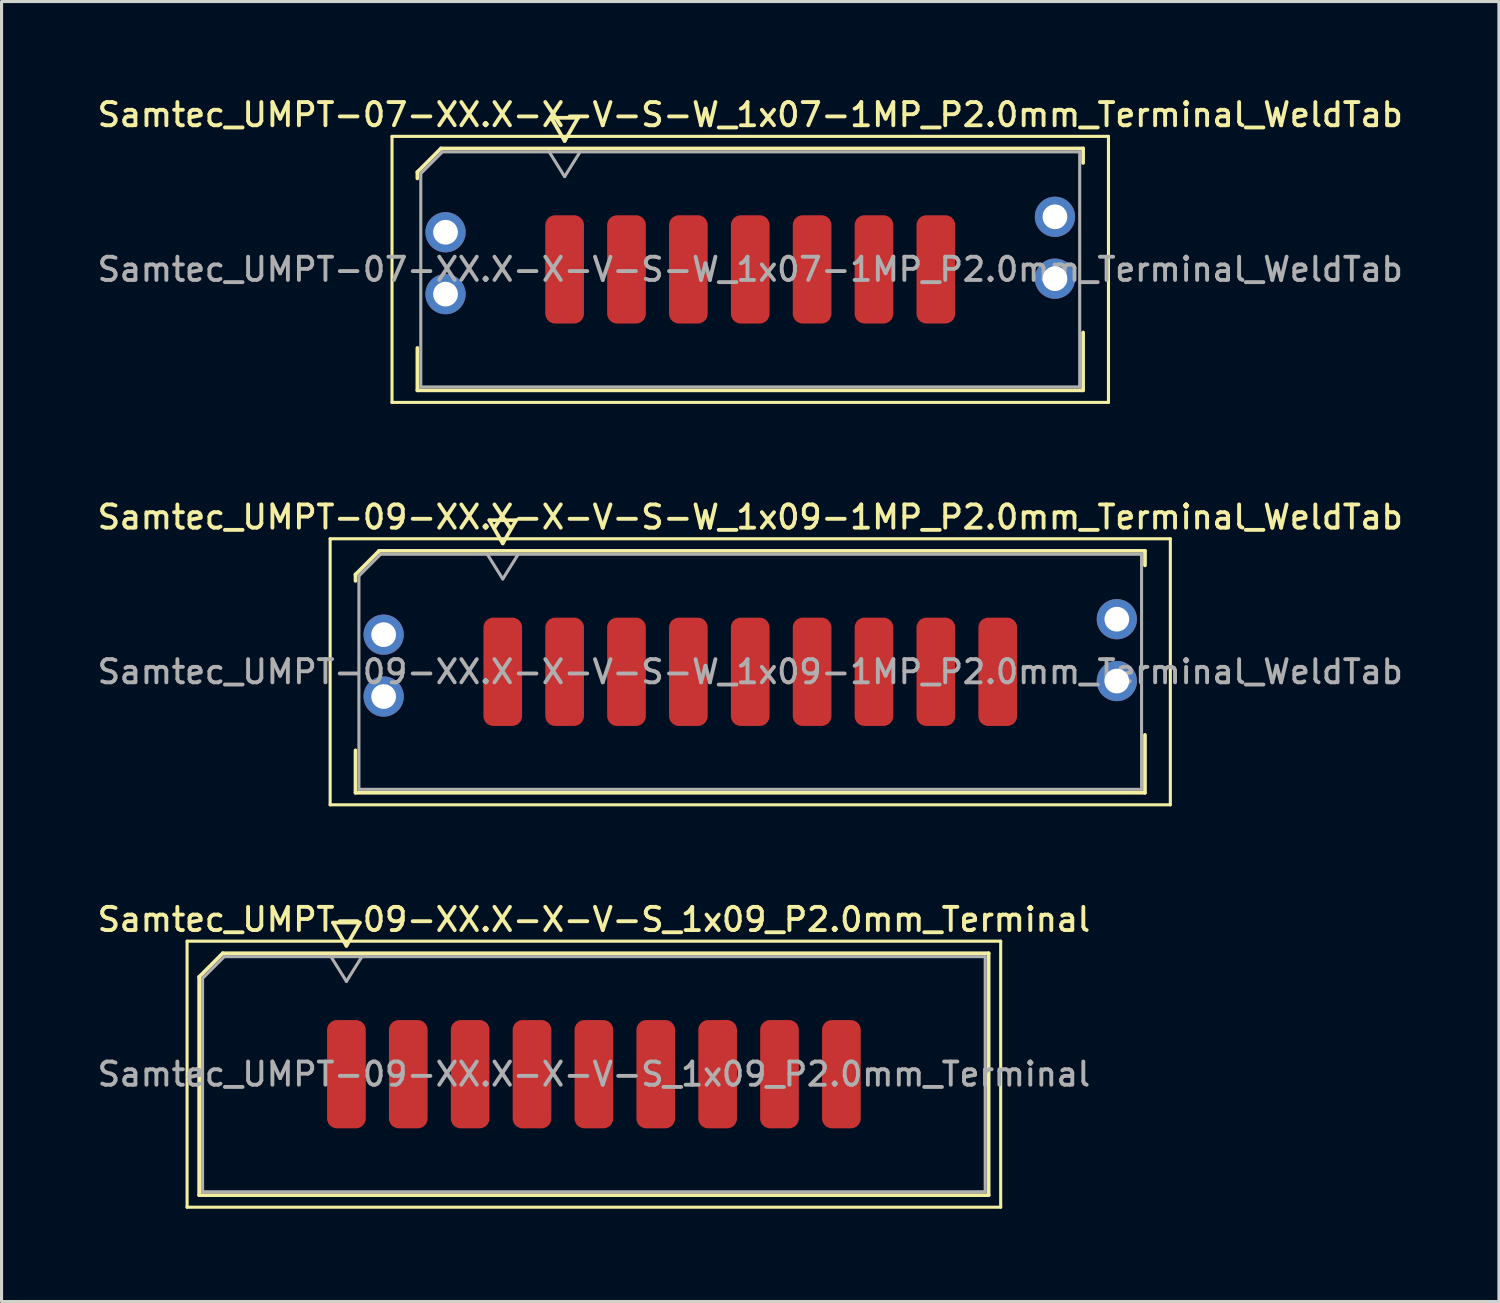
<source format=kicad_pcb>
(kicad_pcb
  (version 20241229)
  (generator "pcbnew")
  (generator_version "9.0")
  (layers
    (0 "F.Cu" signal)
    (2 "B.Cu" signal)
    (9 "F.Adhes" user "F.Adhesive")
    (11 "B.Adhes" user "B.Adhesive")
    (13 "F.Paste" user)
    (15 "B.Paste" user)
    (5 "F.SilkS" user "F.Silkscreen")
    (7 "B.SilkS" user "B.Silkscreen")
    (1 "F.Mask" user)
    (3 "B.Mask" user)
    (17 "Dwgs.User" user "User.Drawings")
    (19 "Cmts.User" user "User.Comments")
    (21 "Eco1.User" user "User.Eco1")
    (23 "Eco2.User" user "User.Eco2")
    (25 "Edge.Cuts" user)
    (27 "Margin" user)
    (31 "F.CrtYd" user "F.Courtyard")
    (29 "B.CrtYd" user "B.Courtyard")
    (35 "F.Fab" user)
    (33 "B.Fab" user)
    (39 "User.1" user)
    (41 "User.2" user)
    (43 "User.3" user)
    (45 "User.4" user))
  (footprint "Samtec_UMPT-09-XX.X-X-V-S-W_1x09-1MP_P2.0mm_Terminal_WeldTab"
    (layer "F.Cu")
    (at 21.202 18.666)
    (property "Reference" "Samtec_UMPT-09-XX.X-X-V-S-W_1x09-1MP_P2.0mm_Terminal_WeldTab" (at 0 -5 0) (layer "F.SilkS") (effects (font (size 0.75 0.75) (thickness 0.125))))
    (attr smd)
    (fp_line (start -13.58 -4.3) (end -13.58 4.3) (stroke (width 0.1) (type solid)) (layer "F.SilkS"))
    (fp_line (start -13.58 4.3) (end 13.58 4.3) (stroke (width 0.1) (type solid)) (layer "F.SilkS"))
    (fp_line (start -12.76 -3.146) (end -11.996 -3.91) (stroke (width 0.12) (type solid)) (layer "F.SilkS"))
    (fp_line (start -12.76 -2.94) (end -12.76 -3.146) (stroke (width 0.12) (type solid)) (layer "F.SilkS"))
    (fp_line (start -12.76 3.91) (end -12.76 2.54) (stroke (width 0.12) (type solid)) (layer "F.SilkS"))
    (fp_line (start -11.996 -3.91) (end 12.76 -3.91) (stroke (width 0.12) (type solid)) (layer "F.SilkS"))
    (fp_line (start -8.433 -4.9) (end -8 -4.15) (stroke (width 0.12) (type solid)) (layer "F.SilkS"))
    (fp_line (start -8 -4.15) (end -7.567 -4.9) (stroke (width 0.12) (type solid)) (layer "F.SilkS"))
    (fp_line (start -7.567 -4.9) (end -8.433 -4.9) (stroke (width 0.12) (type solid)) (layer "F.SilkS"))
    (fp_line (start 12.76 -3.91) (end 12.76 -3.44) (stroke (width 0.12) (type solid)) (layer "F.SilkS"))
    (fp_line (start 12.76 2.04) (end 12.76 3.91) (stroke (width 0.12) (type solid)) (layer "F.SilkS"))
    (fp_line (start 12.76 3.91) (end -12.76 3.91) (stroke (width 0.12) (type solid)) (layer "F.SilkS"))
    (fp_line (start 13.58 -4.3) (end -13.58 -4.3) (stroke (width 0.1) (type solid)) (layer "F.SilkS"))
    (fp_line (start 13.58 4.3) (end 13.58 -4.3) (stroke (width 0.1) (type solid)) (layer "F.SilkS"))
    (fp_line (start -12.65 -3.1) (end -11.95 -3.8) (stroke (width 0.1) (type solid)) (layer "F.Fab"))
    (fp_line (start -12.65 3.8) (end -12.65 -3.1) (stroke (width 0.1) (type solid)) (layer "F.Fab"))
    (fp_line (start -11.95 -3.8) (end 12.65 -3.8) (stroke (width 0.1) (type solid)) (layer "F.Fab"))
    (fp_line (start -8.5 -3.8) (end -8 -3) (stroke (width 0.1) (type solid)) (layer "F.Fab"))
    (fp_line (start -8 -3) (end -7.5 -3.8) (stroke (width 0.1) (type solid)) (layer "F.Fab"))
    (fp_line (start 12.65 -3.8) (end 12.65 3.8) (stroke (width 0.1) (type solid)) (layer "F.Fab"))
    (fp_line (start 12.65 3.8) (end -12.65 3.8) (stroke (width 0.1) (type solid)) (layer "F.Fab"))
    (fp_text user "${REFERENCE}" (at 0 0 0) (layer "F.Fab") (effects (font (size 0.75 0.75) (thickness 0.125))))
    (pad "" smd rect (at -11.85 -1.54) (size 2.45 2.28) (layers "F.Paste"))
    (pad "" smd rect (at -11.85 1.14) (size 2.45 2.28) (layers "F.Paste"))
    (pad "" smd rect (at 11.85 -2.04) (size 2.45 2.28) (layers "F.Paste"))
    (pad "" smd rect (at 11.85 0.64) (size 2.45 2.28) (layers "F.Paste"))
    (pad "1" smd roundrect (at -8 0) (size 1.25 3.5) (layers "F.Cu" "F.Mask" "F.Paste") (roundrect_rratio 0.25))
    (pad "2" smd roundrect (at -6 0) (size 1.25 3.5) (layers "F.Cu" "F.Mask" "F.Paste") (roundrect_rratio 0.25))
    (pad "3" smd roundrect (at -4 0) (size 1.25 3.5) (layers "F.Cu" "F.Mask" "F.Paste") (roundrect_rratio 0.25))
    (pad "4" smd roundrect (at -2 0) (size 1.25 3.5) (layers "F.Cu" "F.Mask" "F.Paste") (roundrect_rratio 0.25))
    (pad "5" smd roundrect (at 0 0) (size 1.25 3.5) (layers "F.Cu" "F.Mask" "F.Paste") (roundrect_rratio 0.25))
    (pad "6" smd roundrect (at 2 0) (size 1.25 3.5) (layers "F.Cu" "F.Mask" "F.Paste") (roundrect_rratio 0.25))
    (pad "7" smd roundrect (at 4 0) (size 1.25 3.5) (layers "F.Cu" "F.Mask" "F.Paste") (roundrect_rratio 0.25))
    (pad "8" smd roundrect (at 6 0) (size 1.25 3.5) (layers "F.Cu" "F.Mask" "F.Paste") (roundrect_rratio 0.25))
    (pad "9" smd roundrect (at 8 0) (size 1.25 3.5) (layers "F.Cu" "F.Mask" "F.Paste") (roundrect_rratio 0.25))
    (pad "MP" thru_hole circle (at -11.85 -1.2) (size 1.3 1.3) (drill 0.8) (layers "*.Cu" "*.Mask"))
    (pad "MP" thru_hole circle (at -11.85 0.8) (size 1.3 1.3) (drill 0.8) (layers "*.Cu" "*.Mask"))
    (pad "MP" thru_hole circle (at 11.85 -1.7) (size 1.3 1.3) (drill 0.8) (layers "*.Cu" "*.Mask"))
    (pad "MP" thru_hole circle (at 11.85 0.3) (size 1.3 1.3) (drill 0.8) (layers "*.Cu" "*.Mask")))
  (footprint "Samtec_UMPT-09-XX.X-X-V-S_1x09_P2.0mm_Terminal"
    (layer "F.Cu")
    (at 16.148 31.674)
    (property "Reference" "Samtec_UMPT-09-XX.X-X-V-S_1x09_P2.0mm_Terminal" (at 0 -5 0) (layer "F.SilkS") (effects (font (size 0.75 0.75) (thickness 0.125))))
    (attr smd)
    (fp_line (start -13.15 -4.3) (end -13.15 4.3) (stroke (width 0.1) (type solid)) (layer "F.SilkS"))
    (fp_line (start -13.15 4.3) (end 13.15 4.3) (stroke (width 0.1) (type solid)) (layer "F.SilkS"))
    (fp_line (start -12.76 -3.146) (end -11.996 -3.91) (stroke (width 0.12) (type solid)) (layer "F.SilkS"))
    (fp_line (start -12.76 3.91) (end -12.76 -3.146) (stroke (width 0.12) (type solid)) (layer "F.SilkS"))
    (fp_line (start -11.996 -3.91) (end 12.76 -3.91) (stroke (width 0.12) (type solid)) (layer "F.SilkS"))
    (fp_line (start -8.433 -4.9) (end -8 -4.15) (stroke (width 0.12) (type solid)) (layer "F.SilkS"))
    (fp_line (start -8 -4.15) (end -7.567 -4.9) (stroke (width 0.12) (type solid)) (layer "F.SilkS"))
    (fp_line (start -7.567 -4.9) (end -8.433 -4.9) (stroke (width 0.12) (type solid)) (layer "F.SilkS"))
    (fp_line (start 12.76 -3.91) (end 12.76 3.91) (stroke (width 0.12) (type solid)) (layer "F.SilkS"))
    (fp_line (start 12.76 3.91) (end -12.76 3.91) (stroke (width 0.12) (type solid)) (layer "F.SilkS"))
    (fp_line (start 13.15 -4.3) (end -13.15 -4.3) (stroke (width 0.1) (type solid)) (layer "F.SilkS"))
    (fp_line (start 13.15 4.3) (end 13.15 -4.3) (stroke (width 0.1) (type solid)) (layer "F.SilkS"))
    (fp_line (start -12.65 -3.1) (end -11.95 -3.8) (stroke (width 0.1) (type solid)) (layer "F.Fab"))
    (fp_line (start -12.65 3.8) (end -12.65 -3.1) (stroke (width 0.1) (type solid)) (layer "F.Fab"))
    (fp_line (start -11.95 -3.8) (end 12.65 -3.8) (stroke (width 0.1) (type solid)) (layer "F.Fab"))
    (fp_line (start -8.5 -3.8) (end -8 -3) (stroke (width 0.1) (type solid)) (layer "F.Fab"))
    (fp_line (start -8 -3) (end -7.5 -3.8) (stroke (width 0.1) (type solid)) (layer "F.Fab"))
    (fp_line (start 12.65 -3.8) (end 12.65 3.8) (stroke (width 0.1) (type solid)) (layer "F.Fab"))
    (fp_line (start 12.65 3.8) (end -12.65 3.8) (stroke (width 0.1) (type solid)) (layer "F.Fab"))
    (fp_text user "${REFERENCE}" (at 0 0 0) (layer "F.Fab") (effects (font (size 0.75 0.75) (thickness 0.125))))
    (pad "1" smd roundrect (at -8 0) (size 1.25 3.5) (layers "F.Cu" "F.Mask" "F.Paste") (roundrect_rratio 0.25))
    (pad "2" smd roundrect (at -6 0) (size 1.25 3.5) (layers "F.Cu" "F.Mask" "F.Paste") (roundrect_rratio 0.25))
    (pad "3" smd roundrect (at -4 0) (size 1.25 3.5) (layers "F.Cu" "F.Mask" "F.Paste") (roundrect_rratio 0.25))
    (pad "4" smd roundrect (at -2 0) (size 1.25 3.5) (layers "F.Cu" "F.Mask" "F.Paste") (roundrect_rratio 0.25))
    (pad "5" smd roundrect (at 0 0) (size 1.25 3.5) (layers "F.Cu" "F.Mask" "F.Paste") (roundrect_rratio 0.25))
    (pad "6" smd roundrect (at 2 0) (size 1.25 3.5) (layers "F.Cu" "F.Mask" "F.Paste") (roundrect_rratio 0.25))
    (pad "7" smd roundrect (at 4 0) (size 1.25 3.5) (layers "F.Cu" "F.Mask" "F.Paste") (roundrect_rratio 0.25))
    (pad "8" smd roundrect (at 6 0) (size 1.25 3.5) (layers "F.Cu" "F.Mask" "F.Paste") (roundrect_rratio 0.25))
    (pad "9" smd roundrect (at 8 0) (size 1.25 3.5) (layers "F.Cu" "F.Mask" "F.Paste") (roundrect_rratio 0.25)))
  (footprint "Samtec_UMPT-07-XX.X-X-V-S-W_1x07-1MP_P2.0mm_Terminal_WeldTab"
    (layer "F.Cu")
    (at 21.202 5.658)
    (property "Reference" "Samtec_UMPT-07-XX.X-X-V-S-W_1x07-1MP_P2.0mm_Terminal_WeldTab" (at 0 -5 0) (layer "F.SilkS") (effects (font (size 0.75 0.75) (thickness 0.125))))
    (attr smd)
    (fp_line (start -11.58 -4.3) (end -11.58 4.3) (stroke (width 0.1) (type solid)) (layer "F.SilkS"))
    (fp_line (start -11.58 4.3) (end 11.58 4.3) (stroke (width 0.1) (type solid)) (layer "F.SilkS"))
    (fp_line (start -10.76 -3.146) (end -9.996 -3.91) (stroke (width 0.12) (type solid)) (layer "F.SilkS"))
    (fp_line (start -10.76 -2.94) (end -10.76 -3.146) (stroke (width 0.12) (type solid)) (layer "F.SilkS"))
    (fp_line (start -10.76 3.91) (end -10.76 2.54) (stroke (width 0.12) (type solid)) (layer "F.SilkS"))
    (fp_line (start -9.996 -3.91) (end 10.76 -3.91) (stroke (width 0.12) (type solid)) (layer "F.SilkS"))
    (fp_line (start -6.433 -4.9) (end -6 -4.15) (stroke (width 0.12) (type solid)) (layer "F.SilkS"))
    (fp_line (start -6 -4.15) (end -5.567 -4.9) (stroke (width 0.12) (type solid)) (layer "F.SilkS"))
    (fp_line (start -5.567 -4.9) (end -6.433 -4.9) (stroke (width 0.12) (type solid)) (layer "F.SilkS"))
    (fp_line (start 10.76 -3.91) (end 10.76 -3.44) (stroke (width 0.12) (type solid)) (layer "F.SilkS"))
    (fp_line (start 10.76 2.04) (end 10.76 3.91) (stroke (width 0.12) (type solid)) (layer "F.SilkS"))
    (fp_line (start 10.76 3.91) (end -10.76 3.91) (stroke (width 0.12) (type solid)) (layer "F.SilkS"))
    (fp_line (start 11.58 -4.3) (end -11.58 -4.3) (stroke (width 0.1) (type solid)) (layer "F.SilkS"))
    (fp_line (start 11.58 4.3) (end 11.58 -4.3) (stroke (width 0.1) (type solid)) (layer "F.SilkS"))
    (fp_line (start -10.65 -3.1) (end -9.95 -3.8) (stroke (width 0.1) (type solid)) (layer "F.Fab"))
    (fp_line (start -10.65 3.8) (end -10.65 -3.1) (stroke (width 0.1) (type solid)) (layer "F.Fab"))
    (fp_line (start -9.95 -3.8) (end 10.65 -3.8) (stroke (width 0.1) (type solid)) (layer "F.Fab"))
    (fp_line (start -6.5 -3.8) (end -6 -3) (stroke (width 0.1) (type solid)) (layer "F.Fab"))
    (fp_line (start -6 -3) (end -5.5 -3.8) (stroke (width 0.1) (type solid)) (layer "F.Fab"))
    (fp_line (start 10.65 -3.8) (end 10.65 3.8) (stroke (width 0.1) (type solid)) (layer "F.Fab"))
    (fp_line (start 10.65 3.8) (end -10.65 3.8) (stroke (width 0.1) (type solid)) (layer "F.Fab"))
    (fp_text user "${REFERENCE}" (at 0 0 0) (layer "F.Fab") (effects (font (size 0.75 0.75) (thickness 0.125))))
    (pad "" smd rect (at -9.85 -1.54) (size 2.45 2.28) (layers "F.Paste"))
    (pad "" smd rect (at -9.85 1.14) (size 2.45 2.28) (layers "F.Paste"))
    (pad "" smd rect (at 9.85 -2.04) (size 2.45 2.28) (layers "F.Paste"))
    (pad "" smd rect (at 9.85 0.64) (size 2.45 2.28) (layers "F.Paste"))
    (pad "1" smd roundrect (at -6 0) (size 1.25 3.5) (layers "F.Cu" "F.Mask" "F.Paste") (roundrect_rratio 0.25))
    (pad "2" smd roundrect (at -4 0) (size 1.25 3.5) (layers "F.Cu" "F.Mask" "F.Paste") (roundrect_rratio 0.25))
    (pad "3" smd roundrect (at -2 0) (size 1.25 3.5) (layers "F.Cu" "F.Mask" "F.Paste") (roundrect_rratio 0.25))
    (pad "4" smd roundrect (at 0 0) (size 1.25 3.5) (layers "F.Cu" "F.Mask" "F.Paste") (roundrect_rratio 0.25))
    (pad "5" smd roundrect (at 2 0) (size 1.25 3.5) (layers "F.Cu" "F.Mask" "F.Paste") (roundrect_rratio 0.25))
    (pad "6" smd roundrect (at 4 0) (size 1.25 3.5) (layers "F.Cu" "F.Mask" "F.Paste") (roundrect_rratio 0.25))
    (pad "7" smd roundrect (at 6 0) (size 1.25 3.5) (layers "F.Cu" "F.Mask" "F.Paste") (roundrect_rratio 0.25))
    (pad "MP" thru_hole circle (at -9.85 -1.2) (size 1.3 1.3) (drill 0.8) (layers "*.Cu" "*.Mask"))
    (pad "MP" thru_hole circle (at -9.85 0.8) (size 1.3 1.3) (drill 0.8) (layers "*.Cu" "*.Mask"))
    (pad "MP" thru_hole circle (at 9.85 -1.7) (size 1.3 1.3) (drill 0.8) (layers "*.Cu" "*.Mask"))
    (pad "MP" thru_hole circle (at 9.85 0.3) (size 1.3 1.3) (drill 0.8) (layers "*.Cu" "*.Mask")))
  (gr_rect
    (start -3 -3)
    (end 45.404 39.024)
    (stroke (width 0.1) (type default))
    (fill no)
    (layer "Edge.Cuts")))
</source>
